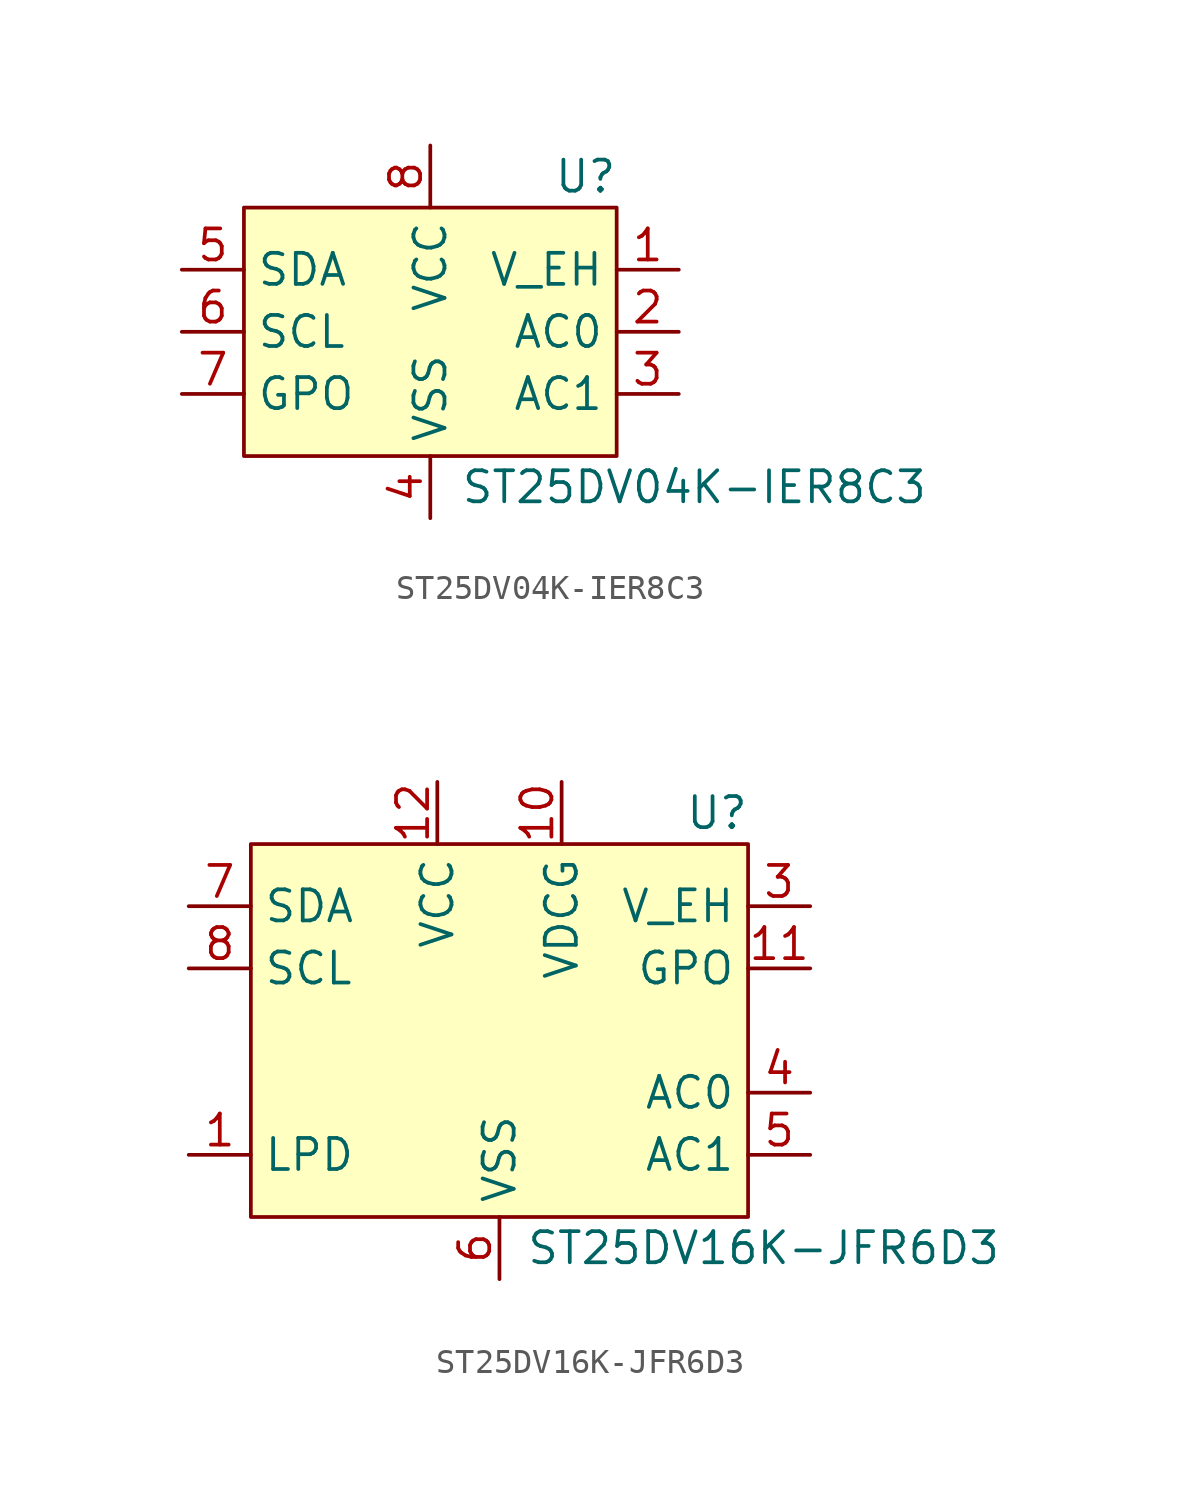
<source format=kicad_sym>
(kicad_symbol_lib
  (version 20220914)
  (generator kicad_symbol_editor)
  (symbol "ST25DV04K-IER8C3"
    (property "Reference" "U"
      (at 6.35 6.35 0)
      (effects (font (size 1.27 1.27))))
    (property "Value" "ST25DV04K-IER8C3"
      (at 10.795 -6.35 0)
      (effects (font (size 1.27 1.27))))
    (symbol "ST25DV04K-IER8C3_1_1"
      (rectangle (start -7.62 5.08) (end 7.62 -5.08) (stroke (width 0) (type default)) (fill (type background)))
      (pin power_out line (at 10.16 2.54 180) (length 2.54) (name "V_EH" (effects (font (size 1.27 1.27)))) (number "1" (effects (font (size 1.27 1.27)))))
      (pin passive line (at 10.16 0 180) (length 2.54) (name "AC0" (effects (font (size 1.27 1.27)))) (number "2" (effects (font (size 1.27 1.27)))))
      (pin passive line (at 10.16 -2.54 180) (length 2.54) (name "AC1" (effects (font (size 1.27 1.27)))) (number "3" (effects (font (size 1.27 1.27)))))
      (pin power_in line (at 0 -7.62 90) (length 2.54) (name "VSS" (effects (font (size 1.27 1.27)))) (number "4" (effects (font (size 1.27 1.27)))))
      (pin bidirectional line (at -10.16 2.54 0) (length 2.54) (name "SDA" (effects (font (size 1.27 1.27)))) (number "5" (effects (font (size 1.27 1.27)))))
      (pin input line (at -10.16 0 0) (length 2.54) (name "SCL" (effects (font (size 1.27 1.27)))) (number "6" (effects (font (size 1.27 1.27)))))
      (pin open_collector line (at -10.16 -2.54 0) (length 2.54) (name "GPO" (effects (font (size 1.27 1.27)))) (number "7" (effects (font (size 1.27 1.27)))))
      (pin power_in line (at 0 7.62 270) (length 2.54) (name "VCC" (effects (font (size 1.27 1.27)))) (number "8" (effects (font (size 1.27 1.27)))))
      (pin no_connect line (at 2.54 5.08 270) (length 2.54) hide (name "NC" (effects (font (size 1.27 1.27)))) (number "9" (effects (font (size 1.27 1.27)))))))
  (symbol "ST25DV16K-JFR6D3"
    (property "Reference" "U"
      (at 8.89 8.89 0)
      (effects (font (size 1.27 1.27))))
    (property "Value" "ST25DV16K-JFR6D3"
      (at 10.795 -8.89 0)
      (effects (font (size 1.27 1.27))))
    (symbol "ST25DV16K-JFR6D3_1_1"
      (rectangle (start -10.16 7.62) (end 10.16 -7.62) (stroke (width 0) (type default)) (fill (type background)))
      (pin input line (at -12.7 -5.08 0) (length 2.54) (name "LPD" (effects (font (size 1.27 1.27)))) (number "1" (effects (font (size 1.27 1.27)))))
      (pin power_in line (at 2.54 10.16 270) (length 2.54) (name "VDCG" (effects (font (size 1.27 1.27)))) (number "10" (effects (font (size 1.27 1.27)))))
      (pin output line (at 12.7 2.54 180) (length 2.54) (name "GPO" (effects (font (size 1.27 1.27)))) (number "11" (effects (font (size 1.27 1.27)))))
      (pin power_in line (at -2.54 10.16 270) (length 2.54) (name "VCC" (effects (font (size 1.27 1.27)))) (number "12" (effects (font (size 1.27 1.27)))))
      (pin no_connect line (at 10.16 0 180) (length 2.54) hide (name "NC" (effects (font (size 1.27 1.27)))) (number "13" (effects (font (size 1.27 1.27)))))
      (pin no_connect line (at -10.16 0 0) (length 2.54) hide (name "NC" (effects (font (size 1.27 1.27)))) (number "2" (effects (font (size 1.27 1.27)))))
      (pin power_out line (at 12.7 5.08 180) (length 2.54) (name "V_EH" (effects (font (size 1.27 1.27)))) (number "3" (effects (font (size 1.27 1.27)))))
      (pin passive line (at 12.7 -2.54 180) (length 2.54) (name "AC0" (effects (font (size 1.27 1.27)))) (number "4" (effects (font (size 1.27 1.27)))))
      (pin passive line (at 12.7 -5.08 180) (length 2.54) (name "AC1" (effects (font (size 1.27 1.27)))) (number "5" (effects (font (size 1.27 1.27)))))
      (pin power_in line (at 0 -10.16 90) (length 2.54) (name "VSS" (effects (font (size 1.27 1.27)))) (number "6" (effects (font (size 1.27 1.27)))))
      (pin bidirectional line (at -12.7 5.08 0) (length 2.54) (name "SDA" (effects (font (size 1.27 1.27)))) (number "7" (effects (font (size 1.27 1.27)))))
      (pin input line (at -12.7 2.54 0) (length 2.54) (name "SCL" (effects (font (size 1.27 1.27)))) (number "8" (effects (font (size 1.27 1.27)))))
      (pin no_connect line (at -10.16 -2.54 0) (length 2.54) hide (name "NC" (effects (font (size 1.27 1.27)))) (number "9" (effects (font (size 1.27 1.27))))))))
</source>
